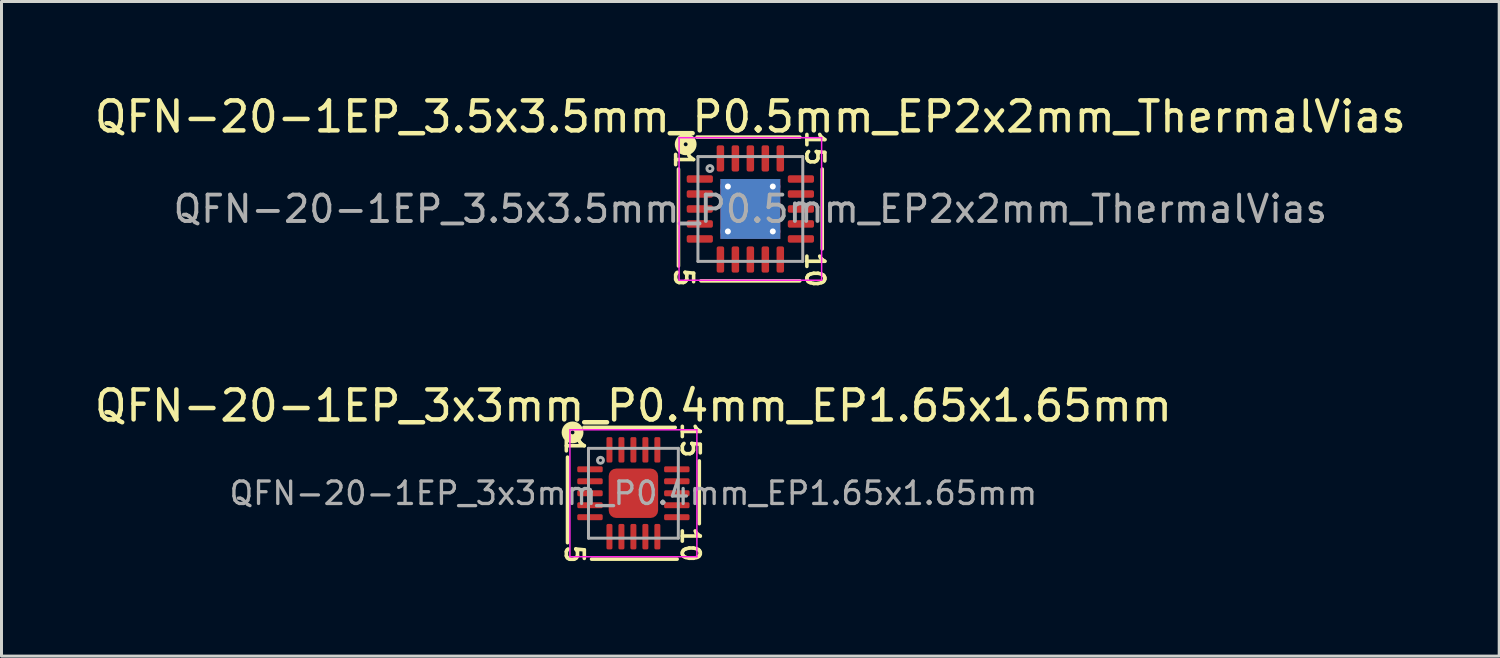
<source format=kicad_pcb>
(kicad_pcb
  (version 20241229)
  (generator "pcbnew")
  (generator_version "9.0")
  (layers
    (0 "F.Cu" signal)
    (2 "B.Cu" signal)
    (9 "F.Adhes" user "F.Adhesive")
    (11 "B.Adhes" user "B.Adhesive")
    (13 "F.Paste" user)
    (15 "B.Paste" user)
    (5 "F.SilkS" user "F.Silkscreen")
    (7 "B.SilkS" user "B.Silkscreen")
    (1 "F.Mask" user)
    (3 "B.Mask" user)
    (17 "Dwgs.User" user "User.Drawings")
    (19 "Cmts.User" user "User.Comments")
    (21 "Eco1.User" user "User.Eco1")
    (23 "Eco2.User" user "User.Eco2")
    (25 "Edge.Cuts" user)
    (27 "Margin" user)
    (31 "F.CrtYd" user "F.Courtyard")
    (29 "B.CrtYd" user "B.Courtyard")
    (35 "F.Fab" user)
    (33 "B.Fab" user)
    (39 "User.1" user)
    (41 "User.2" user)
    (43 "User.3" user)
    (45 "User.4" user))
  (footprint "QFN-20-1EP_3x3mm_P0.4mm_EP1.65x1.65mm"
    (layer "F.Cu")
    (at 18.101 13.421)
    (property "Reference" "QFN-20-1EP_3x3mm_P0.4mm_EP1.65x1.65mm" (at 0 -2.921 0) (layer "F.SilkS") (effects (font (size 1 1) (thickness 0.15))))
    (attr smd)
    (fp_line (start -2.2 -1.206) (end -2.2 1.651) (stroke (width 0.12) (type solid)) (layer "F.SilkS"))
    (fp_line (start -1.397 2.2) (end 1.46 2.2) (stroke (width 0.12) (type solid)) (layer "F.SilkS"))
    (fp_line (start 1.397 -2.2) (end -1.651 -2.2) (stroke (width 0.12) (type solid)) (layer "F.SilkS"))
    (fp_line (start 2.2 1.016) (end 2.2 -1.079) (stroke (width 0.12) (type solid)) (layer "F.SilkS"))
    (fp_circle (center -2.032 -2.032) (end -1.968 -2.032) (stroke (width 0.3) (type solid)) (fill no) (layer "F.SilkS"))
    (fp_line (start -2.12 -2.12) (end -2.12 2.12) (stroke (width 0.05) (type solid)) (layer "F.CrtYd"))
    (fp_line (start -2.12 2.12) (end 2.12 2.12) (stroke (width 0.05) (type solid)) (layer "F.CrtYd"))
    (fp_line (start 2.12 -2.12) (end -2.12 -2.12) (stroke (width 0.05) (type solid)) (layer "F.CrtYd"))
    (fp_line (start 2.12 2.12) (end 2.12 -2.12) (stroke (width 0.05) (type solid)) (layer "F.CrtYd"))
    (fp_line (start -1.5 -1.5) (end 1.5 -1.5) (stroke (width 0.1) (type solid)) (layer "F.Fab"))
    (fp_line (start -1.5 1.5) (end -1.5 -1.5) (stroke (width 0.1) (type solid)) (layer "F.Fab"))
    (fp_line (start 1.5 -1.5) (end 1.5 1.5) (stroke (width 0.1) (type solid)) (layer "F.Fab"))
    (fp_line (start 1.5 1.5) (end -1.5 1.5) (stroke (width 0.1) (type solid)) (layer "F.Fab"))
    (fp_circle (center -1.1 -1.1) (end -1 -1.1) (stroke (width 0.1) (type solid)) (fill no) (layer "F.Fab"))
    (fp_text user "1" (at -1.968 -1.587 270) (unlocked yes) (layer "F.SilkS") (effects (font (size 0.6 0.6) (thickness 0.12))))
    (fp_text user "15" (at 1.905 -1.778 270) (unlocked yes) (layer "F.SilkS") (effects (font (size 0.6 0.6) (thickness 0.12))))
    (fp_text user "5" (at -1.968 2.032 270) (unlocked yes) (layer "F.SilkS") (effects (font (size 0.6 0.6) (thickness 0.12))))
    (fp_text user "10" (at 1.905 1.714 270) (unlocked yes) (layer "F.SilkS") (effects (font (size 0.6 0.6) (thickness 0.12))))
    (fp_text user "${REFERENCE}" (at 0 0 0) (layer "F.Fab") (effects (font (size 0.75 0.75) (thickness 0.11))))
    (pad "" smd roundrect (at -0.41 -0.41) (size 0.67 0.67) (layers "F.Paste") (roundrect_rratio 0.25))
    (pad "" smd roundrect (at -0.41 0.41) (size 0.67 0.67) (layers "F.Paste") (roundrect_rratio 0.25))
    (pad "" smd roundrect (at 0.41 -0.41) (size 0.67 0.67) (layers "F.Paste") (roundrect_rratio 0.25))
    (pad "" smd roundrect (at 0.41 0.41) (size 0.67 0.67) (layers "F.Paste") (roundrect_rratio 0.25))
    (pad "1" smd roundrect (at -1.45 -0.8) (size 0.85 0.2) (layers "F.Cu" "F.Mask" "F.Paste") (roundrect_rratio 0.25))
    (pad "2" smd roundrect (at -1.45 -0.4) (size 0.85 0.2) (layers "F.Cu" "F.Mask" "F.Paste") (roundrect_rratio 0.25))
    (pad "3" smd roundrect (at -1.45 0) (size 0.85 0.2) (layers "F.Cu" "F.Mask" "F.Paste") (roundrect_rratio 0.25))
    (pad "4" smd roundrect (at -1.45 0.4) (size 0.85 0.2) (layers "F.Cu" "F.Mask" "F.Paste") (roundrect_rratio 0.25))
    (pad "5" smd roundrect (at -1.45 0.8) (size 0.85 0.2) (layers "F.Cu" "F.Mask" "F.Paste") (roundrect_rratio 0.25))
    (pad "6" smd roundrect (at -0.8 1.45) (size 0.2 0.85) (layers "F.Cu" "F.Mask" "F.Paste") (roundrect_rratio 0.25))
    (pad "7" smd roundrect (at -0.4 1.45) (size 0.2 0.85) (layers "F.Cu" "F.Mask" "F.Paste") (roundrect_rratio 0.25))
    (pad "8" smd roundrect (at 0 1.45) (size 0.2 0.85) (layers "F.Cu" "F.Mask" "F.Paste") (roundrect_rratio 0.25))
    (pad "9" smd roundrect (at 0.4 1.45) (size 0.2 0.85) (layers "F.Cu" "F.Mask" "F.Paste") (roundrect_rratio 0.25))
    (pad "10" smd roundrect (at 0.8 1.45) (size 0.2 0.85) (layers "F.Cu" "F.Mask" "F.Paste") (roundrect_rratio 0.25))
    (pad "11" smd roundrect (at 1.45 0.8) (size 0.85 0.2) (layers "F.Cu" "F.Mask" "F.Paste") (roundrect_rratio 0.25))
    (pad "12" smd roundrect (at 1.45 0.4) (size 0.85 0.2) (layers "F.Cu" "F.Mask" "F.Paste") (roundrect_rratio 0.25))
    (pad "13" smd roundrect (at 1.45 0) (size 0.85 0.2) (layers "F.Cu" "F.Mask" "F.Paste") (roundrect_rratio 0.25))
    (pad "14" smd roundrect (at 1.45 -0.4) (size 0.85 0.2) (layers "F.Cu" "F.Mask" "F.Paste") (roundrect_rratio 0.25))
    (pad "15" smd roundrect (at 1.45 -0.8) (size 0.85 0.2) (layers "F.Cu" "F.Mask" "F.Paste") (roundrect_rratio 0.25))
    (pad "16" smd roundrect (at 0.8 -1.45) (size 0.2 0.85) (layers "F.Cu" "F.Mask" "F.Paste") (roundrect_rratio 0.25))
    (pad "17" smd roundrect (at 0.4 -1.45) (size 0.2 0.85) (layers "F.Cu" "F.Mask" "F.Paste") (roundrect_rratio 0.25))
    (pad "18" smd roundrect (at 0 -1.45) (size 0.2 0.85) (layers "F.Cu" "F.Mask" "F.Paste") (roundrect_rratio 0.25))
    (pad "19" smd roundrect (at -0.4 -1.45) (size 0.2 0.85) (layers "F.Cu" "F.Mask" "F.Paste") (roundrect_rratio 0.25))
    (pad "20" smd roundrect (at -0.8 -1.45) (size 0.2 0.85) (layers "F.Cu" "F.Mask" "F.Paste") (roundrect_rratio 0.25))
    (pad "21" smd roundrect (at 0 0) (size 1.65 1.65) (layers "F.Cu" "F.Mask") (roundrect_rratio 0.152)))
  (footprint "QFN-20-1EP_3.5x3.5mm_P0.5mm_EP2x2mm_ThermalVias"
    (layer "F.Cu")
    (at 22.006 3.928)
    (property "Reference" "QFN-20-1EP_3.5x3.5mm_P0.5mm_EP2x2mm_ThermalVias" (at 0 -3.08 0) (layer "F.SilkS") (effects (font (size 1 1) (thickness 0.15))))
    (attr smd)
    (fp_line (start -2.4 -1.333) (end -2.4 1.905) (stroke (width 0.12) (type solid)) (layer "F.SilkS"))
    (fp_line (start -1.651 2.4) (end 1.651 2.4) (stroke (width 0.12) (type solid)) (layer "F.SilkS"))
    (fp_line (start 1.651 -2.4) (end -1.778 -2.4) (stroke (width 0.12) (type solid)) (layer "F.SilkS"))
    (fp_line (start 2.4 1.333) (end 2.4 -1.333) (stroke (width 0.12) (type solid)) (layer "F.SilkS"))
    (fp_circle (center -2.159 -2.159) (end -2.095 -2.159) (stroke (width 0.3) (type solid)) (fill no) (layer "F.SilkS"))
    (fp_line (start -2.38 -2.38) (end -2.38 2.38) (stroke (width 0.05) (type solid)) (layer "F.CrtYd"))
    (fp_line (start -2.38 2.38) (end 2.38 2.38) (stroke (width 0.05) (type solid)) (layer "F.CrtYd"))
    (fp_line (start 2.38 -2.38) (end -2.38 -2.38) (stroke (width 0.05) (type solid)) (layer "F.CrtYd"))
    (fp_line (start 2.38 2.38) (end 2.38 -2.38) (stroke (width 0.05) (type solid)) (layer "F.CrtYd"))
    (fp_line (start -1.75 -1.75) (end 1.75 -1.75) (stroke (width 0.1) (type solid)) (layer "F.Fab"))
    (fp_line (start -1.75 1.75) (end -1.75 -1.75) (stroke (width 0.1) (type solid)) (layer "F.Fab"))
    (fp_line (start 1.75 -1.75) (end 1.75 1.75) (stroke (width 0.1) (type solid)) (layer "F.Fab"))
    (fp_line (start 1.75 1.75) (end -1.75 1.75) (stroke (width 0.1) (type solid)) (layer "F.Fab"))
    (fp_circle (center -1.35 -1.35) (end -1.25 -1.35) (stroke (width 0.1) (type solid)) (fill no) (layer "F.Fab"))
    (fp_text user "5" (at -2.223 2.286 270) (unlocked yes) (layer "F.SilkS") (effects (font (size 0.6 0.6) (thickness 0.12))))
    (fp_text user "15" (at 2.159 -2.032 270) (unlocked yes) (layer "F.SilkS") (effects (font (size 0.6 0.6) (thickness 0.12))))
    (fp_text user "10" (at 2.159 2.032 270) (unlocked yes) (layer "F.SilkS") (effects (font (size 0.6 0.6) (thickness 0.12))))
    (fp_text user "1" (at -2.223 -1.651 270) (unlocked yes) (layer "F.SilkS") (effects (font (size 0.6 0.6) (thickness 0.12))))
    (fp_text user "${REFERENCE}" (at 0 0 0) (layer "F.Fab") (effects (font (size 0.88 0.88) (thickness 0.13))))
    (pad "" smd roundrect (at -0.5 -0.5) (size 0.87 0.87) (layers "F.Paste") (roundrect_rratio 0.25))
    (pad "" smd roundrect (at -0.5 0.5) (size 0.87 0.87) (layers "F.Paste") (roundrect_rratio 0.25))
    (pad "" smd roundrect (at 0.5 -0.5) (size 0.87 0.87) (layers "F.Paste") (roundrect_rratio 0.25))
    (pad "" smd roundrect (at 0.5 0.5) (size 0.87 0.87) (layers "F.Paste") (roundrect_rratio 0.25))
    (pad "1" smd roundrect (at -1.688 -1) (size 0.875 0.25) (layers "F.Cu" "F.Mask" "F.Paste") (roundrect_rratio 0.25))
    (pad "2" smd roundrect (at -1.688 -0.5) (size 0.875 0.25) (layers "F.Cu" "F.Mask" "F.Paste") (roundrect_rratio 0.25))
    (pad "3" smd roundrect (at -1.688 0) (size 0.875 0.25) (layers "F.Cu" "F.Mask" "F.Paste") (roundrect_rratio 0.25))
    (pad "4" smd roundrect (at -1.688 0.5) (size 0.875 0.25) (layers "F.Cu" "F.Mask" "F.Paste") (roundrect_rratio 0.25))
    (pad "5" smd roundrect (at -1.688 1) (size 0.875 0.25) (layers "F.Cu" "F.Mask" "F.Paste") (roundrect_rratio 0.25))
    (pad "6" smd roundrect (at -1 1.688) (size 0.25 0.875) (layers "F.Cu" "F.Mask" "F.Paste") (roundrect_rratio 0.25))
    (pad "7" smd roundrect (at -0.5 1.688) (size 0.25 0.875) (layers "F.Cu" "F.Mask" "F.Paste") (roundrect_rratio 0.25))
    (pad "8" smd roundrect (at 0 1.688) (size 0.25 0.875) (layers "F.Cu" "F.Mask" "F.Paste") (roundrect_rratio 0.25))
    (pad "9" smd roundrect (at 0.5 1.688) (size 0.25 0.875) (layers "F.Cu" "F.Mask" "F.Paste") (roundrect_rratio 0.25))
    (pad "10" smd roundrect (at 1 1.688) (size 0.25 0.875) (layers "F.Cu" "F.Mask" "F.Paste") (roundrect_rratio 0.25))
    (pad "11" smd roundrect (at 1.688 1) (size 0.875 0.25) (layers "F.Cu" "F.Mask" "F.Paste") (roundrect_rratio 0.25))
    (pad "12" smd roundrect (at 1.688 0.5) (size 0.875 0.25) (layers "F.Cu" "F.Mask" "F.Paste") (roundrect_rratio 0.25))
    (pad "13" smd roundrect (at 1.688 0) (size 0.875 0.25) (layers "F.Cu" "F.Mask" "F.Paste") (roundrect_rratio 0.25))
    (pad "14" smd roundrect (at 1.688 -0.5) (size 0.875 0.25) (layers "F.Cu" "F.Mask" "F.Paste") (roundrect_rratio 0.25))
    (pad "15" smd roundrect (at 1.688 -1) (size 0.875 0.25) (layers "F.Cu" "F.Mask" "F.Paste") (roundrect_rratio 0.25))
    (pad "16" smd roundrect (at 1 -1.688) (size 0.25 0.875) (layers "F.Cu" "F.Mask" "F.Paste") (roundrect_rratio 0.25))
    (pad "17" smd roundrect (at 0.5 -1.688) (size 0.25 0.875) (layers "F.Cu" "F.Mask" "F.Paste") (roundrect_rratio 0.25))
    (pad "18" smd roundrect (at 0 -1.688) (size 0.25 0.875) (layers "F.Cu" "F.Mask" "F.Paste") (roundrect_rratio 0.25))
    (pad "19" smd roundrect (at -0.5 -1.688) (size 0.25 0.875) (layers "F.Cu" "F.Mask" "F.Paste") (roundrect_rratio 0.25))
    (pad "20" smd roundrect (at -1 -1.688) (size 0.25 0.875) (layers "F.Cu" "F.Mask" "F.Paste") (roundrect_rratio 0.25))
    (pad "21" thru_hole circle (at -0.75 -0.75) (size 0.5 0.5) (drill 0.2) (property pad_prop_heatsink) (layers "*.Cu"))
    (pad "21" thru_hole circle (at -0.75 0.75) (size 0.5 0.5) (drill 0.2) (property pad_prop_heatsink) (layers "*.Cu"))
    (pad "21" smd rect (at 0 0) (size 2 2) (layers "F.Cu" "F.Mask"))
    (pad "21" smd rect (at 0 0) (size 2 2) (layers "B.Cu" "B.Mask"))
    (pad "21" thru_hole circle (at 0.75 -0.75) (size 0.5 0.5) (drill 0.2) (property pad_prop_heatsink) (layers "*.Cu"))
    (pad "21" thru_hole circle (at 0.75 0.75) (size 0.5 0.5) (drill 0.2) (property pad_prop_heatsink) (layers "*.Cu")))
  (gr_rect
    (start -3 -3)
    (end 47.012 18.859)
    (stroke (width 0.1) (type default))
    (fill no)
    (layer "Edge.Cuts")))
</source>
